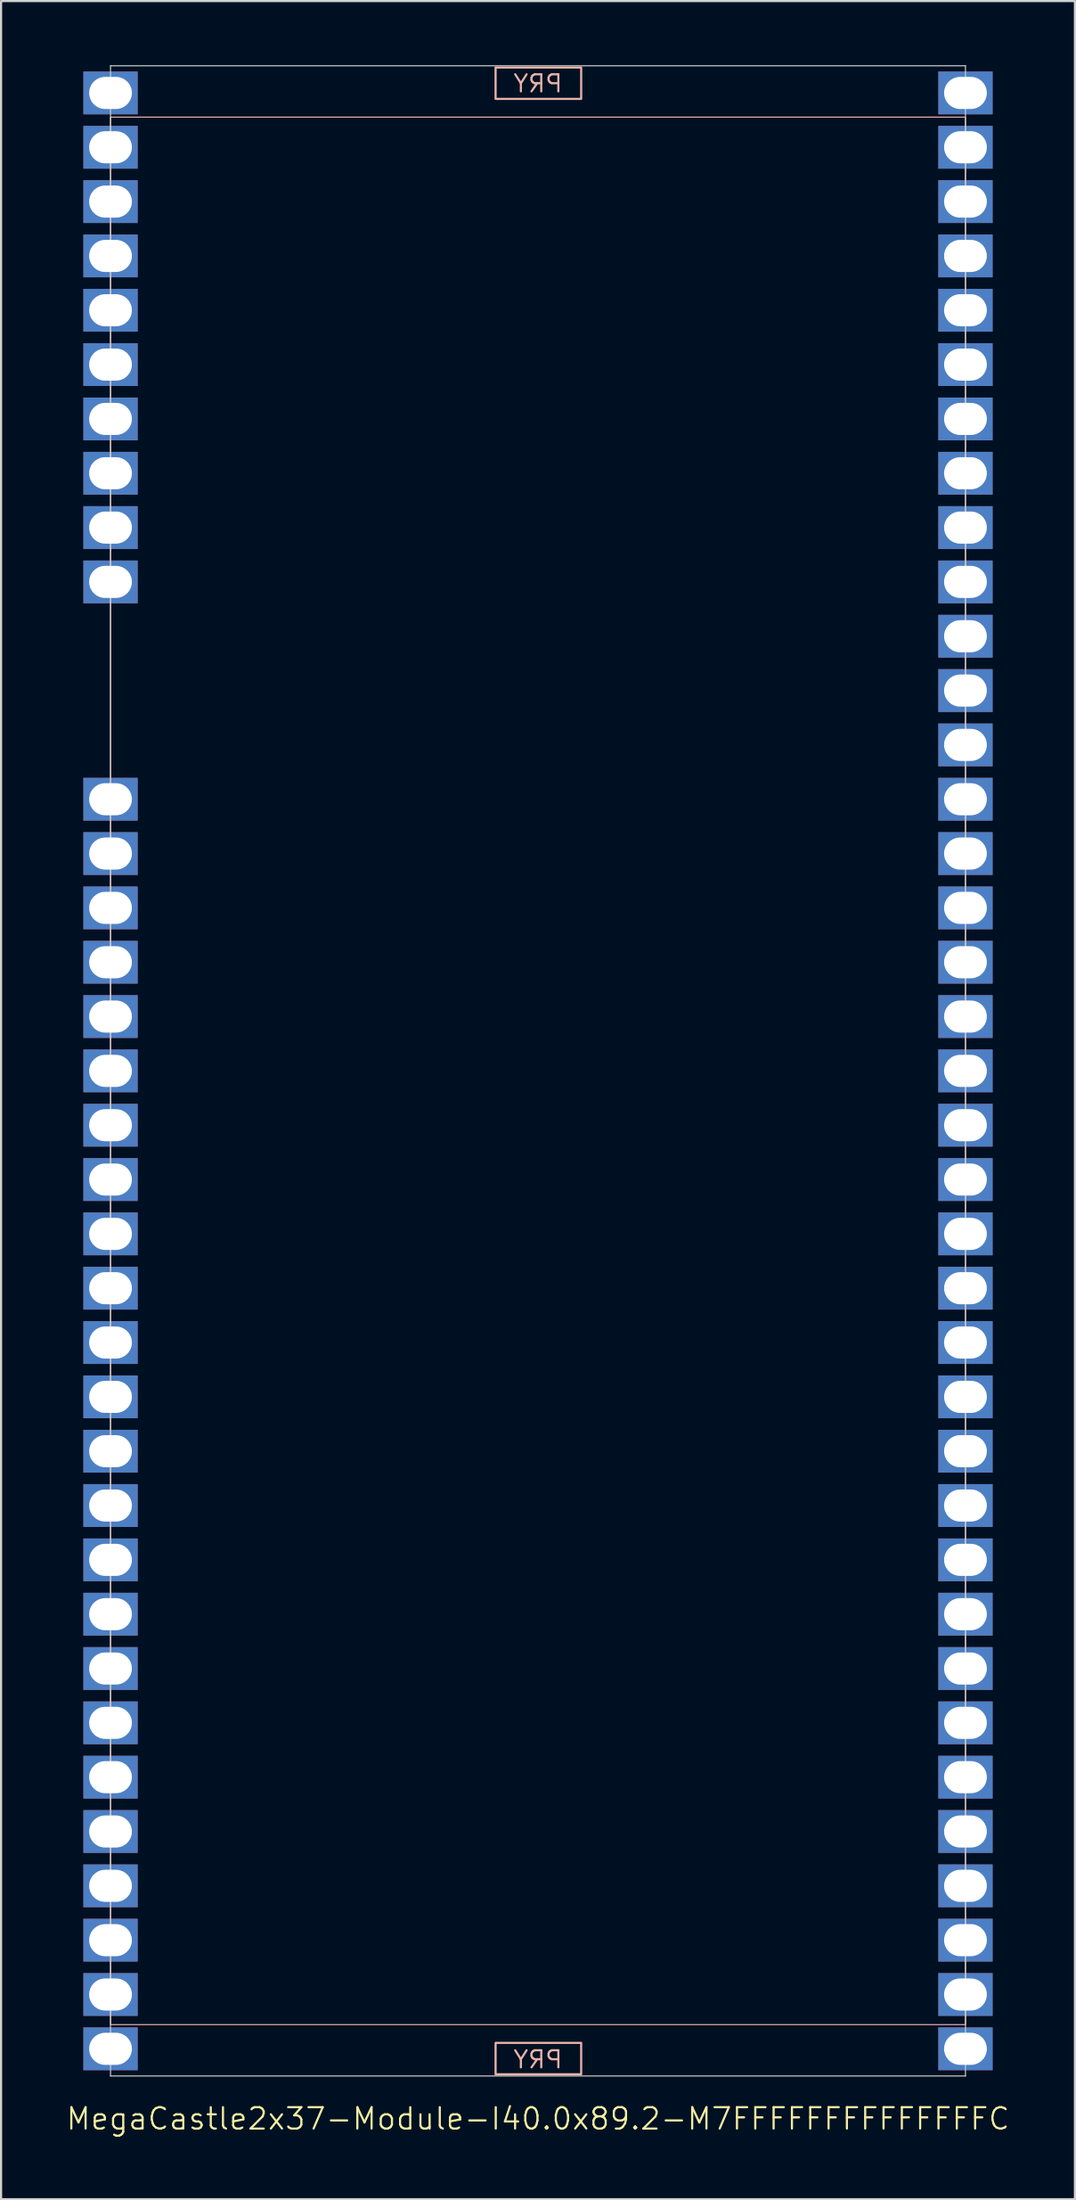
<source format=kicad_pcb>
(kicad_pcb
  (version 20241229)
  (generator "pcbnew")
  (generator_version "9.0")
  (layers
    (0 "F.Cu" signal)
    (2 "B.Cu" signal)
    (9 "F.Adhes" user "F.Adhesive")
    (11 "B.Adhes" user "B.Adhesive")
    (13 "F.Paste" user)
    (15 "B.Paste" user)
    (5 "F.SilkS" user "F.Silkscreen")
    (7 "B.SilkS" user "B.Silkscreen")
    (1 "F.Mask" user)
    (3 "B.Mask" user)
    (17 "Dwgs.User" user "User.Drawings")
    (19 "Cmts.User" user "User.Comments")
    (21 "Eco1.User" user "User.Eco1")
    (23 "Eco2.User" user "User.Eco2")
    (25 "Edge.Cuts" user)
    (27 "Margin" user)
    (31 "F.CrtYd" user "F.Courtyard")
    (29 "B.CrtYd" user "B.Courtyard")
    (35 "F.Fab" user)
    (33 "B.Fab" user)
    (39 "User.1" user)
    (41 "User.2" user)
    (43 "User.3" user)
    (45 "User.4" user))
  (footprint "MegaCastle2x37-Module-I40.0x89.2-M7FFFFFFFFFFFFFFC"
    (layer "F.Cu")
    (at 22.121 47.015)
    (property "Reference" "MegaCastle2x37-Module-I40.0x89.2-M7FFFFFFFFFFFFFFC" (at 0 48.99 0) (unlocked yes) (layer "F.SilkS") (effects (font (size 1 1) (thickness 0.1))))
    (attr smd)
    (fp_rect (start -20 44.59) (end 20 -44.59) (stroke (width 0.05) (type default)) (fill no) (layer "B.SilkS"))
    (fp_rect (start -1.984 -45.441) (end 2.02 -46.91) (stroke (width 0.1) (type default)) (fill no) (layer "B.SilkS"))
    (fp_rect (start -1.984 45.441) (end 2.02 46.91) (stroke (width 0.1) (type default)) (fill no) (layer "B.SilkS"))
    (fp_line (start -20 -46.99) (end -20 46.99) (stroke (width 0.05) (type default)) (layer "Edge.Cuts"))
    (fp_line (start -20 -46.99) (end 20 -46.99) (stroke (width 0.05) (type default)) (layer "Edge.Cuts"))
    (fp_line (start -20 46.99) (end 20 46.99) (stroke (width 0.05) (type default)) (layer "Edge.Cuts"))
    (fp_line (start 20 -46.99) (end 20 46.99) (stroke (width 0.05) (type default)) (layer "Edge.Cuts"))
    (fp_text user "PRY" (at 0 -45.69 0) (unlocked yes) (layer "B.SilkS") (effects (font (size 0.8 0.8) (thickness 0.1)) (justify bottom mirror)))
    (fp_text user "PRY" (at 0 46.69 0) (unlocked yes) (layer "B.SilkS") (effects (font (size 0.8 0.8) (thickness 0.1)) (justify bottom mirror)))
    (pad "1" thru_hole rect (at -20 -45.72) (size 2.54 2) (drill oval 2 1.5) (property pad_prop_castellated) (layers "*.Cu" "*.Mask"))
    (pad "2" thru_hole rect (at -20 -43.18) (size 2.54 2) (drill oval 2 1.5) (property pad_prop_castellated) (layers "*.Cu" "*.Mask"))
    (pad "3" thru_hole rect (at -20 -40.64) (size 2.54 2) (drill oval 2 1.5) (property pad_prop_castellated) (layers "*.Cu" "*.Mask"))
    (pad "4" thru_hole rect (at -20 -38.1) (size 2.54 2) (drill oval 2 1.5) (property pad_prop_castellated) (layers "*.Cu" "*.Mask"))
    (pad "5" thru_hole rect (at -20 -35.56) (size 2.54 2) (drill oval 2 1.5) (property pad_prop_castellated) (layers "*.Cu" "*.Mask"))
    (pad "6" thru_hole rect (at -20 -33.02) (size 2.54 2) (drill oval 2 1.5) (property pad_prop_castellated) (layers "*.Cu" "*.Mask"))
    (pad "7" thru_hole rect (at -20 -30.48) (size 2.54 2) (drill oval 2 1.5) (property pad_prop_castellated) (layers "*.Cu" "*.Mask"))
    (pad "8" thru_hole rect (at -20 -27.94) (size 2.54 2) (drill oval 2 1.5) (property pad_prop_castellated) (layers "*.Cu" "*.Mask"))
    (pad "9" thru_hole rect (at -20 -25.4) (size 2.54 2) (drill oval 2 1.5) (property pad_prop_castellated) (layers "*.Cu" "*.Mask"))
    (pad "10" thru_hole rect (at -20 -22.86) (size 2.54 2) (drill oval 2 1.5) (property pad_prop_castellated) (layers "*.Cu" "*.Mask"))
    (pad "14" thru_hole rect (at -20 -12.7) (size 2.54 2) (drill oval 2 1.5) (property pad_prop_castellated) (layers "*.Cu" "*.Mask"))
    (pad "15" thru_hole rect (at -20 -10.16) (size 2.54 2) (drill oval 2 1.5) (property pad_prop_castellated) (layers "*.Cu" "*.Mask"))
    (pad "16" thru_hole rect (at -20 -7.62) (size 2.54 2) (drill oval 2 1.5) (property pad_prop_castellated) (layers "*.Cu" "*.Mask"))
    (pad "17" thru_hole rect (at -20 -5.08) (size 2.54 2) (drill oval 2 1.5) (property pad_prop_castellated) (layers "*.Cu" "*.Mask"))
    (pad "18" thru_hole rect (at -20 -2.54) (size 2.54 2) (drill oval 2 1.5) (property pad_prop_castellated) (layers "*.Cu" "*.Mask"))
    (pad "19" thru_hole rect (at -20 0) (size 2.54 2) (drill oval 2 1.5) (property pad_prop_castellated) (layers "*.Cu" "*.Mask"))
    (pad "20" thru_hole rect (at -20 2.54) (size 2.54 2) (drill oval 2 1.5) (property pad_prop_castellated) (layers "*.Cu" "*.Mask"))
    (pad "21" thru_hole rect (at -20 5.08) (size 2.54 2) (drill oval 2 1.5) (property pad_prop_castellated) (layers "*.Cu" "*.Mask"))
    (pad "22" thru_hole rect (at -20 7.62) (size 2.54 2) (drill oval 2 1.5) (property pad_prop_castellated) (layers "*.Cu" "*.Mask"))
    (pad "23" thru_hole rect (at -20 10.16) (size 2.54 2) (drill oval 2 1.5) (property pad_prop_castellated) (layers "*.Cu" "*.Mask"))
    (pad "24" thru_hole rect (at -20 12.7) (size 2.54 2) (drill oval 2 1.5) (property pad_prop_castellated) (layers "*.Cu" "*.Mask"))
    (pad "25" thru_hole rect (at -20 15.24) (size 2.54 2) (drill oval 2 1.5) (property pad_prop_castellated) (layers "*.Cu" "*.Mask"))
    (pad "26" thru_hole rect (at -20 17.78) (size 2.54 2) (drill oval 2 1.5) (property pad_prop_castellated) (layers "*.Cu" "*.Mask"))
    (pad "27" thru_hole rect (at -20 20.32) (size 2.54 2) (drill oval 2 1.5) (property pad_prop_castellated) (layers "*.Cu" "*.Mask"))
    (pad "28" thru_hole rect (at -20 22.86) (size 2.54 2) (drill oval 2 1.5) (property pad_prop_castellated) (layers "*.Cu" "*.Mask"))
    (pad "29" thru_hole rect (at -20 25.4) (size 2.54 2) (drill oval 2 1.5) (property pad_prop_castellated) (layers "*.Cu" "*.Mask"))
    (pad "30" thru_hole rect (at -20 27.94) (size 2.54 2) (drill oval 2 1.5) (property pad_prop_castellated) (layers "*.Cu" "*.Mask"))
    (pad "31" thru_hole rect (at -20 30.48) (size 2.54 2) (drill oval 2 1.5) (property pad_prop_castellated) (layers "*.Cu" "*.Mask"))
    (pad "32" thru_hole rect (at -20 33.02) (size 2.54 2) (drill oval 2 1.5) (property pad_prop_castellated) (layers "*.Cu" "*.Mask"))
    (pad "33" thru_hole rect (at -20 35.56) (size 2.54 2) (drill oval 2 1.5) (property pad_prop_castellated) (layers "*.Cu" "*.Mask"))
    (pad "34" thru_hole rect (at -20 38.1) (size 2.54 2) (drill oval 2 1.5) (property pad_prop_castellated) (layers "*.Cu" "*.Mask"))
    (pad "35" thru_hole rect (at -20 40.64) (size 2.54 2) (drill oval 2 1.5) (property pad_prop_castellated) (layers "*.Cu" "*.Mask"))
    (pad "36" thru_hole rect (at -20 43.18) (size 2.54 2) (drill oval 2 1.5) (property pad_prop_castellated) (layers "*.Cu" "*.Mask"))
    (pad "37" thru_hole rect (at -20 45.72) (size 2.54 2) (drill oval 2 1.5) (property pad_prop_castellated) (layers "*.Cu" "*.Mask"))
    (pad "38" thru_hole rect (at 20 -45.72) (size 2.54 2) (drill oval 2 1.5) (property pad_prop_castellated) (layers "*.Cu" "*.Mask"))
    (pad "39" thru_hole rect (at 20 -43.18) (size 2.54 2) (drill oval 2 1.5) (property pad_prop_castellated) (layers "*.Cu" "*.Mask"))
    (pad "40" thru_hole rect (at 20 -40.64) (size 2.54 2) (drill oval 2 1.5) (property pad_prop_castellated) (layers "*.Cu" "*.Mask"))
    (pad "41" thru_hole rect (at 20 -38.1) (size 2.54 2) (drill oval 2 1.5) (property pad_prop_castellated) (layers "*.Cu" "*.Mask"))
    (pad "42" thru_hole rect (at 20 -35.56) (size 2.54 2) (drill oval 2 1.5) (property pad_prop_castellated) (layers "*.Cu" "*.Mask"))
    (pad "43" thru_hole rect (at 20 -33.02) (size 2.54 2) (drill oval 2 1.5) (property pad_prop_castellated) (layers "*.Cu" "*.Mask"))
    (pad "44" thru_hole rect (at 20 -30.48) (size 2.54 2) (drill oval 2 1.5) (property pad_prop_castellated) (layers "*.Cu" "*.Mask"))
    (pad "45" thru_hole rect (at 20 -27.94) (size 2.54 2) (drill oval 2 1.5) (property pad_prop_castellated) (layers "*.Cu" "*.Mask"))
    (pad "46" thru_hole rect (at 20 -25.4) (size 2.54 2) (drill oval 2 1.5) (property pad_prop_castellated) (layers "*.Cu" "*.Mask"))
    (pad "47" thru_hole rect (at 20 -22.86) (size 2.54 2) (drill oval 2 1.5) (property pad_prop_castellated) (layers "*.Cu" "*.Mask"))
    (pad "48" thru_hole rect (at 20 -20.32) (size 2.54 2) (drill oval 2 1.5) (property pad_prop_castellated) (layers "*.Cu" "*.Mask"))
    (pad "49" thru_hole rect (at 20 -17.78) (size 2.54 2) (drill oval 2 1.5) (property pad_prop_castellated) (layers "*.Cu" "*.Mask"))
    (pad "50" thru_hole rect (at 20 -15.24) (size 2.54 2) (drill oval 2 1.5) (property pad_prop_castellated) (layers "*.Cu" "*.Mask"))
    (pad "51" thru_hole rect (at 20 -12.7) (size 2.54 2) (drill oval 2 1.5) (property pad_prop_castellated) (layers "*.Cu" "*.Mask"))
    (pad "52" thru_hole rect (at 20 -10.16) (size 2.54 2) (drill oval 2 1.5) (property pad_prop_castellated) (layers "*.Cu" "*.Mask"))
    (pad "53" thru_hole rect (at 20 -7.62) (size 2.54 2) (drill oval 2 1.5) (property pad_prop_castellated) (layers "*.Cu" "*.Mask"))
    (pad "54" thru_hole rect (at 20 -5.08) (size 2.54 2) (drill oval 2 1.5) (property pad_prop_castellated) (layers "*.Cu" "*.Mask"))
    (pad "55" thru_hole rect (at 20 -2.54) (size 2.54 2) (drill oval 2 1.5) (property pad_prop_castellated) (layers "*.Cu" "*.Mask"))
    (pad "56" thru_hole rect (at 20 0) (size 2.54 2) (drill oval 2 1.5) (property pad_prop_castellated) (layers "*.Cu" "*.Mask"))
    (pad "57" thru_hole rect (at 20 2.54) (size 2.54 2) (drill oval 2 1.5) (property pad_prop_castellated) (layers "*.Cu" "*.Mask"))
    (pad "58" thru_hole rect (at 20 5.08) (size 2.54 2) (drill oval 2 1.5) (property pad_prop_castellated) (layers "*.Cu" "*.Mask"))
    (pad "59" thru_hole rect (at 20 7.62) (size 2.54 2) (drill oval 2 1.5) (property pad_prop_castellated) (layers "*.Cu" "*.Mask"))
    (pad "60" thru_hole rect (at 20 10.16) (size 2.54 2) (drill oval 2 1.5) (property pad_prop_castellated) (layers "*.Cu" "*.Mask"))
    (pad "61" thru_hole rect (at 20 12.7) (size 2.54 2) (drill oval 2 1.5) (property pad_prop_castellated) (layers "*.Cu" "*.Mask"))
    (pad "62" thru_hole rect (at 20 15.24) (size 2.54 2) (drill oval 2 1.5) (property pad_prop_castellated) (layers "*.Cu" "*.Mask"))
    (pad "63" thru_hole rect (at 20 17.78) (size 2.54 2) (drill oval 2 1.5) (property pad_prop_castellated) (layers "*.Cu" "*.Mask"))
    (pad "64" thru_hole rect (at 20 20.32) (size 2.54 2) (drill oval 2 1.5) (property pad_prop_castellated) (layers "*.Cu" "*.Mask"))
    (pad "65" thru_hole rect (at 20 22.86) (size 2.54 2) (drill oval 2 1.5) (property pad_prop_castellated) (layers "*.Cu" "*.Mask"))
    (pad "66" thru_hole rect (at 20 25.4) (size 2.54 2) (drill oval 2 1.5) (property pad_prop_castellated) (layers "*.Cu" "*.Mask"))
    (pad "67" thru_hole rect (at 20 27.94) (size 2.54 2) (drill oval 2 1.5) (property pad_prop_castellated) (layers "*.Cu" "*.Mask"))
    (pad "68" thru_hole rect (at 20 30.48) (size 2.54 2) (drill oval 2 1.5) (property pad_prop_castellated) (layers "*.Cu" "*.Mask"))
    (pad "69" thru_hole rect (at 20 33.02) (size 2.54 2) (drill oval 2 1.5) (property pad_prop_castellated) (layers "*.Cu" "*.Mask"))
    (pad "70" thru_hole rect (at 20 35.56) (size 2.54 2) (drill oval 2 1.5) (property pad_prop_castellated) (layers "*.Cu" "*.Mask"))
    (pad "71" thru_hole rect (at 20 38.1) (size 2.54 2) (drill oval 2 1.5) (property pad_prop_castellated) (layers "*.Cu" "*.Mask"))
    (pad "72" thru_hole rect (at 20 40.64) (size 2.54 2) (drill oval 2 1.5) (property pad_prop_castellated) (layers "*.Cu" "*.Mask"))
    (pad "73" thru_hole rect (at 20 43.18) (size 2.54 2) (drill oval 2 1.5) (property pad_prop_castellated) (layers "*.Cu" "*.Mask"))
    (pad "74" thru_hole rect (at 20 45.72) (size 2.54 2) (drill oval 2 1.5) (property pad_prop_castellated) (layers "*.Cu" "*.Mask"))
    (zone (net_name "") (layer "B.Cu") (hatch edge 0.5) (connect_pads) (min_thickness 0.25) (filled_areas_thickness no) (keepout (tracks allowed) (vias allowed) (pads allowed) (copperpour allowed) (footprints not_allowed)) (placement (enabled no)) (fill) (polygon (pts (xy 2.121 94.005) (xy 2.121 0.025))))
    (zone (net_name "") (layer "B.Cu") (hatch edge 0.5) (connect_pads) (min_thickness 0.25) (filled_areas_thickness no) (keepout (tracks allowed) (vias allowed) (pads allowed) (copperpour allowed) (footprints not_allowed)) (placement (enabled no)) (fill) (polygon (pts (xy 42.121 94.005) (xy 42.121 0.025))))
    (zone (net_name "") (layer "B.Cu") (hatch edge 0.5) (connect_pads) (min_thickness 0.25) (filled_areas_thickness no) (keepout (tracks allowed) (vias allowed) (pads allowed) (copperpour allowed) (footprints not_allowed)) (placement (enabled no)) (fill) (polygon (pts (xy 2.121 0.025) (xy 2.121 2.425) (xy 42.121 2.425) (xy 42.121 0.025))))
    (zone (net_name "") (layer "B.Cu") (hatch edge 0.5) (connect_pads) (min_thickness 0.25) (filled_areas_thickness no) (keepout (tracks allowed) (vias allowed) (pads allowed) (copperpour allowed) (footprints not_allowed)) (placement (enabled no)) (fill) (polygon (pts (xy 2.121 94.005) (xy 2.121 91.605) (xy 42.121 91.605) (xy 42.121 94.005))))
    (zone (net_name "") (layer "B.Cu") (name "Upper Pry Zone") (hatch edge 0.5) (connect_pads) (min_thickness 0.25) (filled_areas_thickness no) (keepout (tracks not_allowed) (vias not_allowed) (pads not_allowed) (copperpour allowed) (footprints not_allowed)) (placement (enabled no)) (fill) (polygon (pts (xy 20.137 1.574) (xy 20.137 0.105) (xy 24.141 0.105) (xy 24.141 1.574))))
    (zone (net_name "") (layer "B.Cu") (name "Upper Pry Zone") (hatch edge 0.5) (connect_pads) (min_thickness 0.25) (filled_areas_thickness no) (keepout (tracks not_allowed) (vias not_allowed) (pads not_allowed) (copperpour allowed) (footprints not_allowed)) (placement (enabled no)) (fill) (polygon (pts (xy 20.137 92.456) (xy 20.137 93.925) (xy 24.141 93.925) (xy 24.141 92.456)))))
  (gr_rect
    (start -3 -3)
    (end 47.243 99.766)
    (stroke (width 0.1) (type default))
    (fill no)
    (layer "Edge.Cuts")))
</source>
